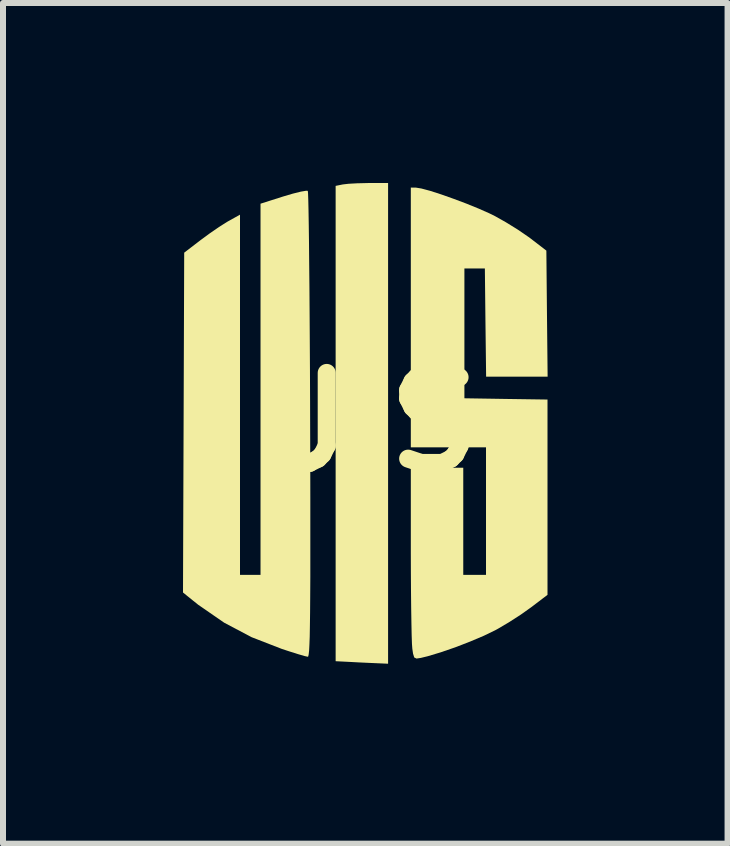
<source format=kicad_pcb>
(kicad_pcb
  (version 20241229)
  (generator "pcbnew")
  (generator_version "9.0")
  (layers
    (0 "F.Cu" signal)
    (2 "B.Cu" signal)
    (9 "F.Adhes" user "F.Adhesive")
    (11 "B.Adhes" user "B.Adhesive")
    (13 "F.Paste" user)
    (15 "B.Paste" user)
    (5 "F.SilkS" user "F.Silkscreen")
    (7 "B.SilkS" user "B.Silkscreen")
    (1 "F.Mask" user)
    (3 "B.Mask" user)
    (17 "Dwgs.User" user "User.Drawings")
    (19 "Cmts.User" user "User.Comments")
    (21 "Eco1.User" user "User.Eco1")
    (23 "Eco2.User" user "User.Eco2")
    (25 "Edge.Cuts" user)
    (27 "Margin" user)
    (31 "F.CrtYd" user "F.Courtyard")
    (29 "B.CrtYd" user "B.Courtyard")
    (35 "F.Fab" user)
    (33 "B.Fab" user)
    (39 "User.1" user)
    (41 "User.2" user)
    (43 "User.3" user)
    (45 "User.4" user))
  (footprint "UIS"
    (layer "F.Cu")
    (at 3.038 3.987)
    (property "Reference" "UIS" (at 0 0 0) (layer "F.SilkS") (effects (font (size 1.5 1.5) (thickness 0.3))))
    (attr board_only exclude_from_pos_files exclude_from_bom)
    (fp_poly (pts (xy 0.38 0.019) (xy 0.38 4.025) (xy 0.199 4.017) (xy 0.061 4.011) (xy -0.11 4.003) (xy -0.237 3.996) (xy -0.494 3.983) (xy -0.494 0.022) (xy -0.494 -3.939) (xy -0.375 -3.963) (xy -0.281 -3.974) (xy -0.138 -3.982) (xy 0.026 -3.986) (xy 0.062 -3.987) (xy 0.38 -3.987)) (stroke (width 0) (type solid)) (fill yes) (layer "F.SilkS"))
    (fp_poly (pts (xy -0.958 -3.856) (xy -0.954 -3.815) (xy -0.95 -3.703) (xy -0.946 -3.525) (xy -0.942 -3.287) (xy -0.938 -2.993) (xy -0.935 -2.649) (xy -0.931 -2.259) (xy -0.928 -1.829) (xy -0.925 -1.363) (xy -0.922 -0.868) (xy -0.92 -0.347) (xy -0.919 0.041) (xy -0.917 0.686) (xy -0.916 1.258) (xy -0.916 1.763) (xy -0.916 2.203) (xy -0.916 2.582) (xy -0.918 2.905) (xy -0.92 3.175) (xy -0.923 3.396) (xy -0.926 3.572) (xy -0.931 3.706) (xy -0.936 3.803) (xy -0.943 3.867) (xy -0.95 3.901) (xy -0.957 3.909) (xy -1.012 3.897) (xy -1.121 3.865) (xy -1.267 3.819) (xy -1.389 3.779) (xy -1.894 3.583) (xy -2.352 3.341) (xy -2.785 3.042) (xy -2.876 2.969) (xy -3.038 2.838) (xy -3.028 0.006) (xy -3.018 -2.826) (xy -2.744 -3.036) (xy -2.593 -3.147) (xy -2.438 -3.254) (xy -2.305 -3.338) (xy -2.279 -3.353) (xy -2.088 -3.459) (xy -2.088 -0.458) (xy -2.088 2.544) (xy -1.917 2.544) (xy -1.746 2.544) (xy -1.746 -0.549) (xy -1.746 -3.642) (xy -1.366 -3.763) (xy -1.207 -3.81) (xy -1.074 -3.843) (xy -0.986 -3.858)) (stroke (width 0) (type solid)) (fill yes) (layer "F.SilkS"))
    (fp_poly (pts (xy 0.845 -3.91) (xy 0.936 -3.895) (xy 1.082 -3.856) (xy 1.265 -3.797) (xy 1.471 -3.724) (xy 1.684 -3.644) (xy 1.888 -3.561) (xy 2.067 -3.482) (xy 2.158 -3.437) (xy 2.343 -3.333) (xy 2.542 -3.21) (xy 2.717 -3.09) (xy 2.753 -3.064) (xy 3.018 -2.86) (xy 3.028 -1.81) (xy 3.039 -0.759) (xy 2.526 -0.759) (xy 2.014 -0.759) (xy 2.003 -1.661) (xy 1.993 -2.563) (xy 1.822 -2.563) (xy 1.652 -2.563) (xy 1.652 -1.481) (xy 1.652 -0.399) (xy 2.344 -0.388) (xy 3.037 -0.378) (xy 3.037 1.25) (xy 3.037 2.877) (xy 2.762 3.086) (xy 2.593 3.206) (xy 2.393 3.335) (xy 2.201 3.448) (xy 2.164 3.468) (xy 1.978 3.558) (xy 1.749 3.655) (xy 1.501 3.751) (xy 1.257 3.835) (xy 1.041 3.9) (xy 0.926 3.928) (xy 0.854 3.939) (xy 0.816 3.921) (xy 0.796 3.857) (xy 0.784 3.774) (xy 0.778 3.696) (xy 0.773 3.552) (xy 0.769 3.351) (xy 0.765 3.103) (xy 0.762 2.819) (xy 0.76 2.507) (xy 0.759 2.179) (xy 0.759 2.178) (xy 0.759 0.759) (xy 1.196 0.759) (xy 1.633 0.759) (xy 1.633 1.652) (xy 1.633 2.544) (xy 1.822 2.544) (xy 2.012 2.544) (xy 2.012 1.481) (xy 2.012 0.418) (xy 1.386 0.418) (xy 0.759 0.418) (xy 0.759 -1.746) (xy 0.759 -3.911)) (stroke (width 0) (type solid)) (fill yes) (layer "F.SilkS")))
  (gr_rect
    (start -3 -3)
    (end 9.076 11.011)
    (stroke (width 0.1) (type default))
    (fill no)
    (layer "Edge.Cuts")))
</source>
